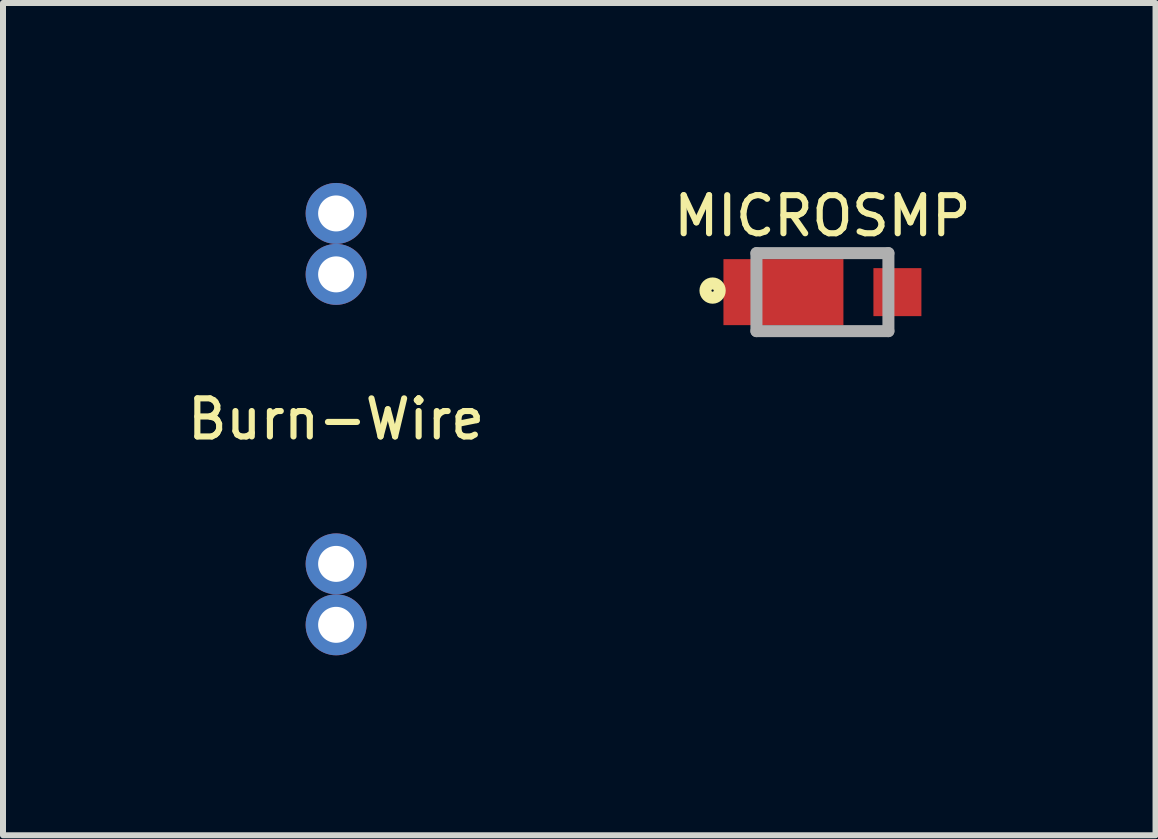
<source format=kicad_pcb>
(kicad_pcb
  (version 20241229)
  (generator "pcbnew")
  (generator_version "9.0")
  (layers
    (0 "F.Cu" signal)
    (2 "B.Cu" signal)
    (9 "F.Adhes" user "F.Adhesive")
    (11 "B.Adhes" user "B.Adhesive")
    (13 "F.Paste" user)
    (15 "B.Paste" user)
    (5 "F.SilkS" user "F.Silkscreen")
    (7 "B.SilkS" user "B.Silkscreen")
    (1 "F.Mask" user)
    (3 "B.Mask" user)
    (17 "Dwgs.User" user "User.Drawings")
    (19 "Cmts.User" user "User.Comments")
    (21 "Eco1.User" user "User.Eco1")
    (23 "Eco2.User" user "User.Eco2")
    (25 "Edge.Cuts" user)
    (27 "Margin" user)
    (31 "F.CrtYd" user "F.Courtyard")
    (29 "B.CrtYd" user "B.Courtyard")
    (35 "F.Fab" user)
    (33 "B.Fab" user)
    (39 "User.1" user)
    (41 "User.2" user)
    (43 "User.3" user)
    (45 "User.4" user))
  (footprint "MICROSMP"
    (layer "F.Cu")
    (at 10.66 1.82)
    (property "Reference" "MICROSMP" (at 0 -1.27 180) (layer "F.SilkS") (effects (font (size 0.635 0.635) (thickness 0.102))))
    (attr smd)
    (fp_circle (center -1.831 -0.026) (end -1.831 -0.007) (stroke (width 0.2) (type solid)) (fill no) (layer "F.SilkS"))
    (fp_line (start -1.1 -0.65) (end 1.1 -0.65) (stroke (width 0.2) (type solid)) (layer "F.Fab"))
    (fp_line (start -1.1 0.65) (end -1.1 -0.65) (stroke (width 0.2) (type solid)) (layer "F.Fab"))
    (fp_line (start 1.1 -0.65) (end 1.1 0.65) (stroke (width 0.2) (type solid)) (layer "F.Fab"))
    (fp_line (start 1.1 0.65) (end -1.1 0.65) (stroke (width 0.2) (type solid)) (layer "F.Fab"))
    (pad "1" smd rect (at -0.65 0 90) (size 1.1 2) (layers "F.Cu" "F.Mask" "F.Paste"))
    (pad "2" smd rect (at 1.25 0 90) (size 0.8 0.8) (layers "F.Cu" "F.Mask" "F.Paste")))
  (footprint "Burn-Wire"
    (layer "F.Cu")
    (at 2.553 3.937)
    (property "Reference" "Burn-Wire" (at 0 0 180) (layer "F.SilkS") (effects (font (size 0.635 0.635) (thickness 0.102))))
    (attr through_hole)
    (pad "1" thru_hole circle (at 0 -3.429) (size 1.016 1.016) (drill 0.6) (layers "*.Cu" "*.Mask"))
    (pad "1" thru_hole circle (at 0 -2.413) (size 1.016 1.016) (drill 0.6) (layers "*.Cu" "*.Mask"))
    (pad "2" thru_hole circle (at 0 2.413) (size 1.016 1.016) (drill 0.6) (layers "*.Cu" "*.Mask"))
    (pad "2" thru_hole circle (at 0 3.429) (size 1.016 1.016) (drill 0.6) (layers "*.Cu" "*.Mask")))
  (gr_rect
    (start -3 -3)
    (end 16.213 10.874)
    (stroke (width 0.1) (type default))
    (fill no)
    (layer "Edge.Cuts")))
</source>
